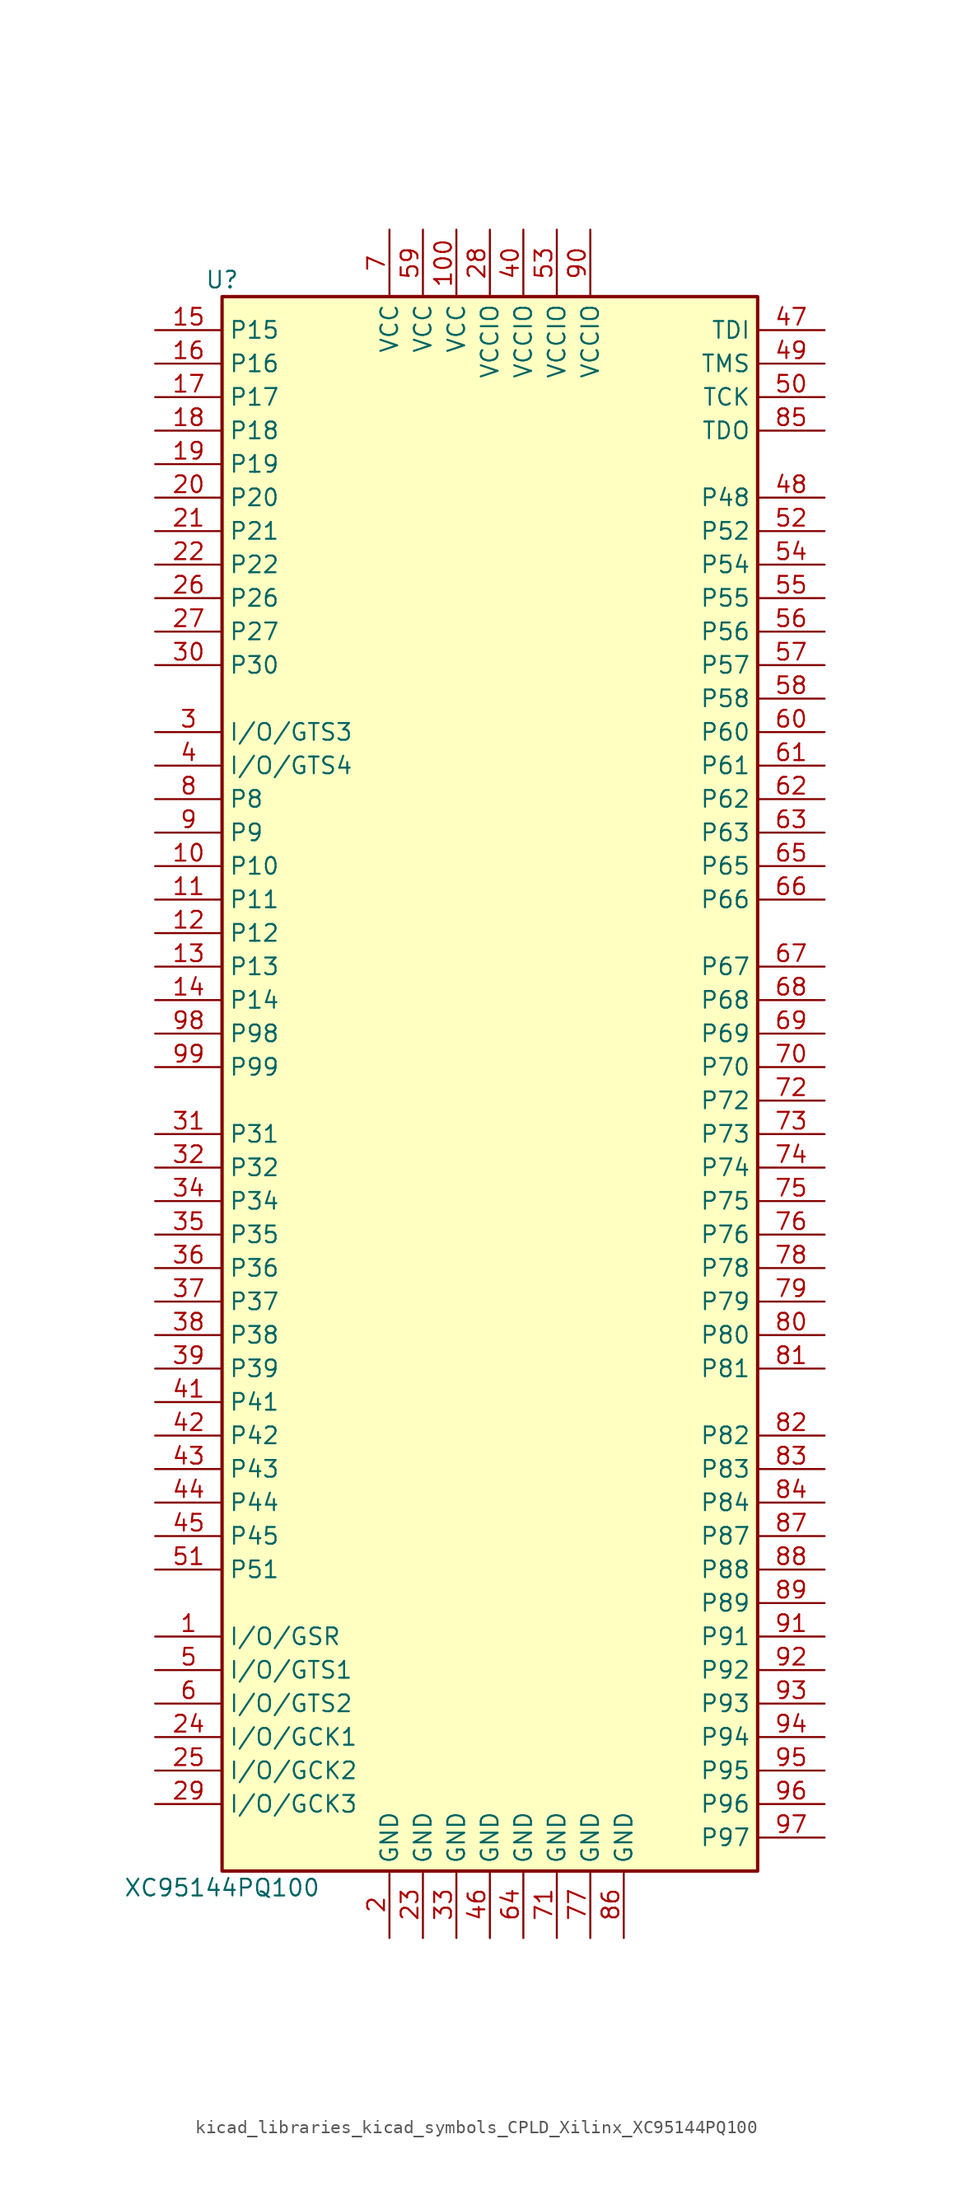
<source format=kicad_sym>
(kicad_symbol_lib
  (version 20220914)
  (generator kicad_symbol_editor)
  (symbol "kicad_libraries_kicad_symbols_CPLD_Xilinx_XC95144PQ100"
    (property "Reference" "U"
      (at -20.32 59.69 0)
      (effects (font (size 1.27 1.27))))
    (property "Value" "XC95144PQ100"
      (at -20.32 -62.23 0)
      (effects (font (size 1.27 1.27))))
    (symbol "kicad_libraries_kicad_symbols_CPLD_Xilinx_XC95144PQ100_1_1"
      (rectangle (start -20.32 58.42) (end 20.32 -60.96) (stroke (width 0.254) (type default)) (fill (type background)))
      (pin bidirectional line (at -25.4 -43.18 0) (length 5.08) (name "I/O/GSR" (effects (font (size 1.27 1.27)))) (number "1" (effects (font (size 1.27 1.27)))))
      (pin bidirectional line (at -25.4 15.24 0) (length 5.08) (name "P10" (effects (font (size 1.27 1.27)))) (number "10" (effects (font (size 1.27 1.27)))))
      (pin power_in line (at -2.54 63.5 270) (length 5.08) (name "VCC" (effects (font (size 1.27 1.27)))) (number "100" (effects (font (size 1.27 1.27)))))
      (pin bidirectional line (at -25.4 12.7 0) (length 5.08) (name "P11" (effects (font (size 1.27 1.27)))) (number "11" (effects (font (size 1.27 1.27)))))
      (pin bidirectional line (at -25.4 10.16 0) (length 5.08) (name "P12" (effects (font (size 1.27 1.27)))) (number "12" (effects (font (size 1.27 1.27)))))
      (pin bidirectional line (at -25.4 7.62 0) (length 5.08) (name "P13" (effects (font (size 1.27 1.27)))) (number "13" (effects (font (size 1.27 1.27)))))
      (pin bidirectional line (at -25.4 5.08 0) (length 5.08) (name "P14" (effects (font (size 1.27 1.27)))) (number "14" (effects (font (size 1.27 1.27)))))
      (pin bidirectional line (at -25.4 55.88 0) (length 5.08) (name "P15" (effects (font (size 1.27 1.27)))) (number "15" (effects (font (size 1.27 1.27)))))
      (pin bidirectional line (at -25.4 53.34 0) (length 5.08) (name "P16" (effects (font (size 1.27 1.27)))) (number "16" (effects (font (size 1.27 1.27)))))
      (pin bidirectional line (at -25.4 50.8 0) (length 5.08) (name "P17" (effects (font (size 1.27 1.27)))) (number "17" (effects (font (size 1.27 1.27)))))
      (pin bidirectional line (at -25.4 48.26 0) (length 5.08) (name "P18" (effects (font (size 1.27 1.27)))) (number "18" (effects (font (size 1.27 1.27)))))
      (pin bidirectional line (at -25.4 45.72 0) (length 5.08) (name "P19" (effects (font (size 1.27 1.27)))) (number "19" (effects (font (size 1.27 1.27)))))
      (pin power_in line (at -7.62 -66.04 90) (length 5.08) (name "GND" (effects (font (size 1.27 1.27)))) (number "2" (effects (font (size 1.27 1.27)))))
      (pin bidirectional line (at -25.4 43.18 0) (length 5.08) (name "P20" (effects (font (size 1.27 1.27)))) (number "20" (effects (font (size 1.27 1.27)))))
      (pin bidirectional line (at -25.4 40.64 0) (length 5.08) (name "P21" (effects (font (size 1.27 1.27)))) (number "21" (effects (font (size 1.27 1.27)))))
      (pin bidirectional line (at -25.4 38.1 0) (length 5.08) (name "P22" (effects (font (size 1.27 1.27)))) (number "22" (effects (font (size 1.27 1.27)))))
      (pin power_in line (at -5.08 -66.04 90) (length 5.08) (name "GND" (effects (font (size 1.27 1.27)))) (number "23" (effects (font (size 1.27 1.27)))))
      (pin bidirectional line (at -25.4 -50.8 0) (length 5.08) (name "I/O/GCK1" (effects (font (size 1.27 1.27)))) (number "24" (effects (font (size 1.27 1.27)))))
      (pin bidirectional line (at -25.4 -53.34 0) (length 5.08) (name "I/O/GCK2" (effects (font (size 1.27 1.27)))) (number "25" (effects (font (size 1.27 1.27)))))
      (pin bidirectional line (at -25.4 35.56 0) (length 5.08) (name "P26" (effects (font (size 1.27 1.27)))) (number "26" (effects (font (size 1.27 1.27)))))
      (pin bidirectional line (at -25.4 33.02 0) (length 5.08) (name "P27" (effects (font (size 1.27 1.27)))) (number "27" (effects (font (size 1.27 1.27)))))
      (pin power_in line (at 0 63.5 270) (length 5.08) (name "VCCIO" (effects (font (size 1.27 1.27)))) (number "28" (effects (font (size 1.27 1.27)))))
      (pin bidirectional line (at -25.4 -55.88 0) (length 5.08) (name "I/O/GCK3" (effects (font (size 1.27 1.27)))) (number "29" (effects (font (size 1.27 1.27)))))
      (pin bidirectional line (at -25.4 25.4 0) (length 5.08) (name "I/O/GTS3" (effects (font (size 1.27 1.27)))) (number "3" (effects (font (size 1.27 1.27)))))
      (pin bidirectional line (at -25.4 30.48 0) (length 5.08) (name "P30" (effects (font (size 1.27 1.27)))) (number "30" (effects (font (size 1.27 1.27)))))
      (pin bidirectional line (at -25.4 -5.08 0) (length 5.08) (name "P31" (effects (font (size 1.27 1.27)))) (number "31" (effects (font (size 1.27 1.27)))))
      (pin bidirectional line (at -25.4 -7.62 0) (length 5.08) (name "P32" (effects (font (size 1.27 1.27)))) (number "32" (effects (font (size 1.27 1.27)))))
      (pin power_in line (at -2.54 -66.04 90) (length 5.08) (name "GND" (effects (font (size 1.27 1.27)))) (number "33" (effects (font (size 1.27 1.27)))))
      (pin bidirectional line (at -25.4 -10.16 0) (length 5.08) (name "P34" (effects (font (size 1.27 1.27)))) (number "34" (effects (font (size 1.27 1.27)))))
      (pin bidirectional line (at -25.4 -12.7 0) (length 5.08) (name "P35" (effects (font (size 1.27 1.27)))) (number "35" (effects (font (size 1.27 1.27)))))
      (pin bidirectional line (at -25.4 -15.24 0) (length 5.08) (name "P36" (effects (font (size 1.27 1.27)))) (number "36" (effects (font (size 1.27 1.27)))))
      (pin bidirectional line (at -25.4 -17.78 0) (length 5.08) (name "P37" (effects (font (size 1.27 1.27)))) (number "37" (effects (font (size 1.27 1.27)))))
      (pin bidirectional line (at -25.4 -20.32 0) (length 5.08) (name "P38" (effects (font (size 1.27 1.27)))) (number "38" (effects (font (size 1.27 1.27)))))
      (pin bidirectional line (at -25.4 -22.86 0) (length 5.08) (name "P39" (effects (font (size 1.27 1.27)))) (number "39" (effects (font (size 1.27 1.27)))))
      (pin bidirectional line (at -25.4 22.86 0) (length 5.08) (name "I/O/GTS4" (effects (font (size 1.27 1.27)))) (number "4" (effects (font (size 1.27 1.27)))))
      (pin power_in line (at 2.54 63.5 270) (length 5.08) (name "VCCIO" (effects (font (size 1.27 1.27)))) (number "40" (effects (font (size 1.27 1.27)))))
      (pin bidirectional line (at -25.4 -25.4 0) (length 5.08) (name "P41" (effects (font (size 1.27 1.27)))) (number "41" (effects (font (size 1.27 1.27)))))
      (pin bidirectional line (at -25.4 -27.94 0) (length 5.08) (name "P42" (effects (font (size 1.27 1.27)))) (number "42" (effects (font (size 1.27 1.27)))))
      (pin bidirectional line (at -25.4 -30.48 0) (length 5.08) (name "P43" (effects (font (size 1.27 1.27)))) (number "43" (effects (font (size 1.27 1.27)))))
      (pin bidirectional line (at -25.4 -33.02 0) (length 5.08) (name "P44" (effects (font (size 1.27 1.27)))) (number "44" (effects (font (size 1.27 1.27)))))
      (pin bidirectional line (at -25.4 -35.56 0) (length 5.08) (name "P45" (effects (font (size 1.27 1.27)))) (number "45" (effects (font (size 1.27 1.27)))))
      (pin power_in line (at 0 -66.04 90) (length 5.08) (name "GND" (effects (font (size 1.27 1.27)))) (number "46" (effects (font (size 1.27 1.27)))))
      (pin input line (at 25.4 55.88 180) (length 5.08) (name "TDI" (effects (font (size 1.27 1.27)))) (number "47" (effects (font (size 1.27 1.27)))))
      (pin bidirectional line (at 25.4 43.18 180) (length 5.08) (name "P48" (effects (font (size 1.27 1.27)))) (number "48" (effects (font (size 1.27 1.27)))))
      (pin input line (at 25.4 53.34 180) (length 5.08) (name "TMS" (effects (font (size 1.27 1.27)))) (number "49" (effects (font (size 1.27 1.27)))))
      (pin bidirectional line (at -25.4 -45.72 0) (length 5.08) (name "I/O/GTS1" (effects (font (size 1.27 1.27)))) (number "5" (effects (font (size 1.27 1.27)))))
      (pin input line (at 25.4 50.8 180) (length 5.08) (name "TCK" (effects (font (size 1.27 1.27)))) (number "50" (effects (font (size 1.27 1.27)))))
      (pin bidirectional line (at -25.4 -38.1 0) (length 5.08) (name "P51" (effects (font (size 1.27 1.27)))) (number "51" (effects (font (size 1.27 1.27)))))
      (pin bidirectional line (at 25.4 40.64 180) (length 5.08) (name "P52" (effects (font (size 1.27 1.27)))) (number "52" (effects (font (size 1.27 1.27)))))
      (pin power_in line (at 5.08 63.5 270) (length 5.08) (name "VCCIO" (effects (font (size 1.27 1.27)))) (number "53" (effects (font (size 1.27 1.27)))))
      (pin bidirectional line (at 25.4 38.1 180) (length 5.08) (name "P54" (effects (font (size 1.27 1.27)))) (number "54" (effects (font (size 1.27 1.27)))))
      (pin bidirectional line (at 25.4 35.56 180) (length 5.08) (name "P55" (effects (font (size 1.27 1.27)))) (number "55" (effects (font (size 1.27 1.27)))))
      (pin bidirectional line (at 25.4 33.02 180) (length 5.08) (name "P56" (effects (font (size 1.27 1.27)))) (number "56" (effects (font (size 1.27 1.27)))))
      (pin bidirectional line (at 25.4 30.48 180) (length 5.08) (name "P57" (effects (font (size 1.27 1.27)))) (number "57" (effects (font (size 1.27 1.27)))))
      (pin bidirectional line (at 25.4 27.94 180) (length 5.08) (name "P58" (effects (font (size 1.27 1.27)))) (number "58" (effects (font (size 1.27 1.27)))))
      (pin power_in line (at -5.08 63.5 270) (length 5.08) (name "VCC" (effects (font (size 1.27 1.27)))) (number "59" (effects (font (size 1.27 1.27)))))
      (pin bidirectional line (at -25.4 -48.26 0) (length 5.08) (name "I/O/GTS2" (effects (font (size 1.27 1.27)))) (number "6" (effects (font (size 1.27 1.27)))))
      (pin bidirectional line (at 25.4 25.4 180) (length 5.08) (name "P60" (effects (font (size 1.27 1.27)))) (number "60" (effects (font (size 1.27 1.27)))))
      (pin bidirectional line (at 25.4 22.86 180) (length 5.08) (name "P61" (effects (font (size 1.27 1.27)))) (number "61" (effects (font (size 1.27 1.27)))))
      (pin bidirectional line (at 25.4 20.32 180) (length 5.08) (name "P62" (effects (font (size 1.27 1.27)))) (number "62" (effects (font (size 1.27 1.27)))))
      (pin bidirectional line (at 25.4 17.78 180) (length 5.08) (name "P63" (effects (font (size 1.27 1.27)))) (number "63" (effects (font (size 1.27 1.27)))))
      (pin power_in line (at 2.54 -66.04 90) (length 5.08) (name "GND" (effects (font (size 1.27 1.27)))) (number "64" (effects (font (size 1.27 1.27)))))
      (pin bidirectional line (at 25.4 15.24 180) (length 5.08) (name "P65" (effects (font (size 1.27 1.27)))) (number "65" (effects (font (size 1.27 1.27)))))
      (pin bidirectional line (at 25.4 12.7 180) (length 5.08) (name "P66" (effects (font (size 1.27 1.27)))) (number "66" (effects (font (size 1.27 1.27)))))
      (pin bidirectional line (at 25.4 7.62 180) (length 5.08) (name "P67" (effects (font (size 1.27 1.27)))) (number "67" (effects (font (size 1.27 1.27)))))
      (pin bidirectional line (at 25.4 5.08 180) (length 5.08) (name "P68" (effects (font (size 1.27 1.27)))) (number "68" (effects (font (size 1.27 1.27)))))
      (pin bidirectional line (at 25.4 2.54 180) (length 5.08) (name "P69" (effects (font (size 1.27 1.27)))) (number "69" (effects (font (size 1.27 1.27)))))
      (pin power_in line (at -7.62 63.5 270) (length 5.08) (name "VCC" (effects (font (size 1.27 1.27)))) (number "7" (effects (font (size 1.27 1.27)))))
      (pin bidirectional line (at 25.4 0 180) (length 5.08) (name "P70" (effects (font (size 1.27 1.27)))) (number "70" (effects (font (size 1.27 1.27)))))
      (pin power_in line (at 5.08 -66.04 90) (length 5.08) (name "GND" (effects (font (size 1.27 1.27)))) (number "71" (effects (font (size 1.27 1.27)))))
      (pin bidirectional line (at 25.4 -2.54 180) (length 5.08) (name "P72" (effects (font (size 1.27 1.27)))) (number "72" (effects (font (size 1.27 1.27)))))
      (pin bidirectional line (at 25.4 -5.08 180) (length 5.08) (name "P73" (effects (font (size 1.27 1.27)))) (number "73" (effects (font (size 1.27 1.27)))))
      (pin bidirectional line (at 25.4 -7.62 180) (length 5.08) (name "P74" (effects (font (size 1.27 1.27)))) (number "74" (effects (font (size 1.27 1.27)))))
      (pin bidirectional line (at 25.4 -10.16 180) (length 5.08) (name "P75" (effects (font (size 1.27 1.27)))) (number "75" (effects (font (size 1.27 1.27)))))
      (pin bidirectional line (at 25.4 -12.7 180) (length 5.08) (name "P76" (effects (font (size 1.27 1.27)))) (number "76" (effects (font (size 1.27 1.27)))))
      (pin power_in line (at 7.62 -66.04 90) (length 5.08) (name "GND" (effects (font (size 1.27 1.27)))) (number "77" (effects (font (size 1.27 1.27)))))
      (pin bidirectional line (at 25.4 -15.24 180) (length 5.08) (name "P78" (effects (font (size 1.27 1.27)))) (number "78" (effects (font (size 1.27 1.27)))))
      (pin bidirectional line (at 25.4 -17.78 180) (length 5.08) (name "P79" (effects (font (size 1.27 1.27)))) (number "79" (effects (font (size 1.27 1.27)))))
      (pin bidirectional line (at -25.4 20.32 0) (length 5.08) (name "P8" (effects (font (size 1.27 1.27)))) (number "8" (effects (font (size 1.27 1.27)))))
      (pin bidirectional line (at 25.4 -20.32 180) (length 5.08) (name "P80" (effects (font (size 1.27 1.27)))) (number "80" (effects (font (size 1.27 1.27)))))
      (pin bidirectional line (at 25.4 -22.86 180) (length 5.08) (name "P81" (effects (font (size 1.27 1.27)))) (number "81" (effects (font (size 1.27 1.27)))))
      (pin bidirectional line (at 25.4 -27.94 180) (length 5.08) (name "P82" (effects (font (size 1.27 1.27)))) (number "82" (effects (font (size 1.27 1.27)))))
      (pin bidirectional line (at 25.4 -30.48 180) (length 5.08) (name "P83" (effects (font (size 1.27 1.27)))) (number "83" (effects (font (size 1.27 1.27)))))
      (pin bidirectional line (at 25.4 -33.02 180) (length 5.08) (name "P84" (effects (font (size 1.27 1.27)))) (number "84" (effects (font (size 1.27 1.27)))))
      (pin output line (at 25.4 48.26 180) (length 5.08) (name "TDO" (effects (font (size 1.27 1.27)))) (number "85" (effects (font (size 1.27 1.27)))))
      (pin power_in line (at 10.16 -66.04 90) (length 5.08) (name "GND" (effects (font (size 1.27 1.27)))) (number "86" (effects (font (size 1.27 1.27)))))
      (pin bidirectional line (at 25.4 -35.56 180) (length 5.08) (name "P87" (effects (font (size 1.27 1.27)))) (number "87" (effects (font (size 1.27 1.27)))))
      (pin bidirectional line (at 25.4 -38.1 180) (length 5.08) (name "P88" (effects (font (size 1.27 1.27)))) (number "88" (effects (font (size 1.27 1.27)))))
      (pin bidirectional line (at 25.4 -40.64 180) (length 5.08) (name "P89" (effects (font (size 1.27 1.27)))) (number "89" (effects (font (size 1.27 1.27)))))
      (pin bidirectional line (at -25.4 17.78 0) (length 5.08) (name "P9" (effects (font (size 1.27 1.27)))) (number "9" (effects (font (size 1.27 1.27)))))
      (pin power_in line (at 7.62 63.5 270) (length 5.08) (name "VCCIO" (effects (font (size 1.27 1.27)))) (number "90" (effects (font (size 1.27 1.27)))))
      (pin bidirectional line (at 25.4 -43.18 180) (length 5.08) (name "P91" (effects (font (size 1.27 1.27)))) (number "91" (effects (font (size 1.27 1.27)))))
      (pin bidirectional line (at 25.4 -45.72 180) (length 5.08) (name "P92" (effects (font (size 1.27 1.27)))) (number "92" (effects (font (size 1.27 1.27)))))
      (pin bidirectional line (at 25.4 -48.26 180) (length 5.08) (name "P93" (effects (font (size 1.27 1.27)))) (number "93" (effects (font (size 1.27 1.27)))))
      (pin bidirectional line (at 25.4 -50.8 180) (length 5.08) (name "P94" (effects (font (size 1.27 1.27)))) (number "94" (effects (font (size 1.27 1.27)))))
      (pin bidirectional line (at 25.4 -53.34 180) (length 5.08) (name "P95" (effects (font (size 1.27 1.27)))) (number "95" (effects (font (size 1.27 1.27)))))
      (pin bidirectional line (at 25.4 -55.88 180) (length 5.08) (name "P96" (effects (font (size 1.27 1.27)))) (number "96" (effects (font (size 1.27 1.27)))))
      (pin bidirectional line (at 25.4 -58.42 180) (length 5.08) (name "P97" (effects (font (size 1.27 1.27)))) (number "97" (effects (font (size 1.27 1.27)))))
      (pin bidirectional line (at -25.4 2.54 0) (length 5.08) (name "P98" (effects (font (size 1.27 1.27)))) (number "98" (effects (font (size 1.27 1.27)))))
      (pin bidirectional line (at -25.4 0 0) (length 5.08) (name "P99" (effects (font (size 1.27 1.27)))) (number "99" (effects (font (size 1.27 1.27))))))))
</source>
